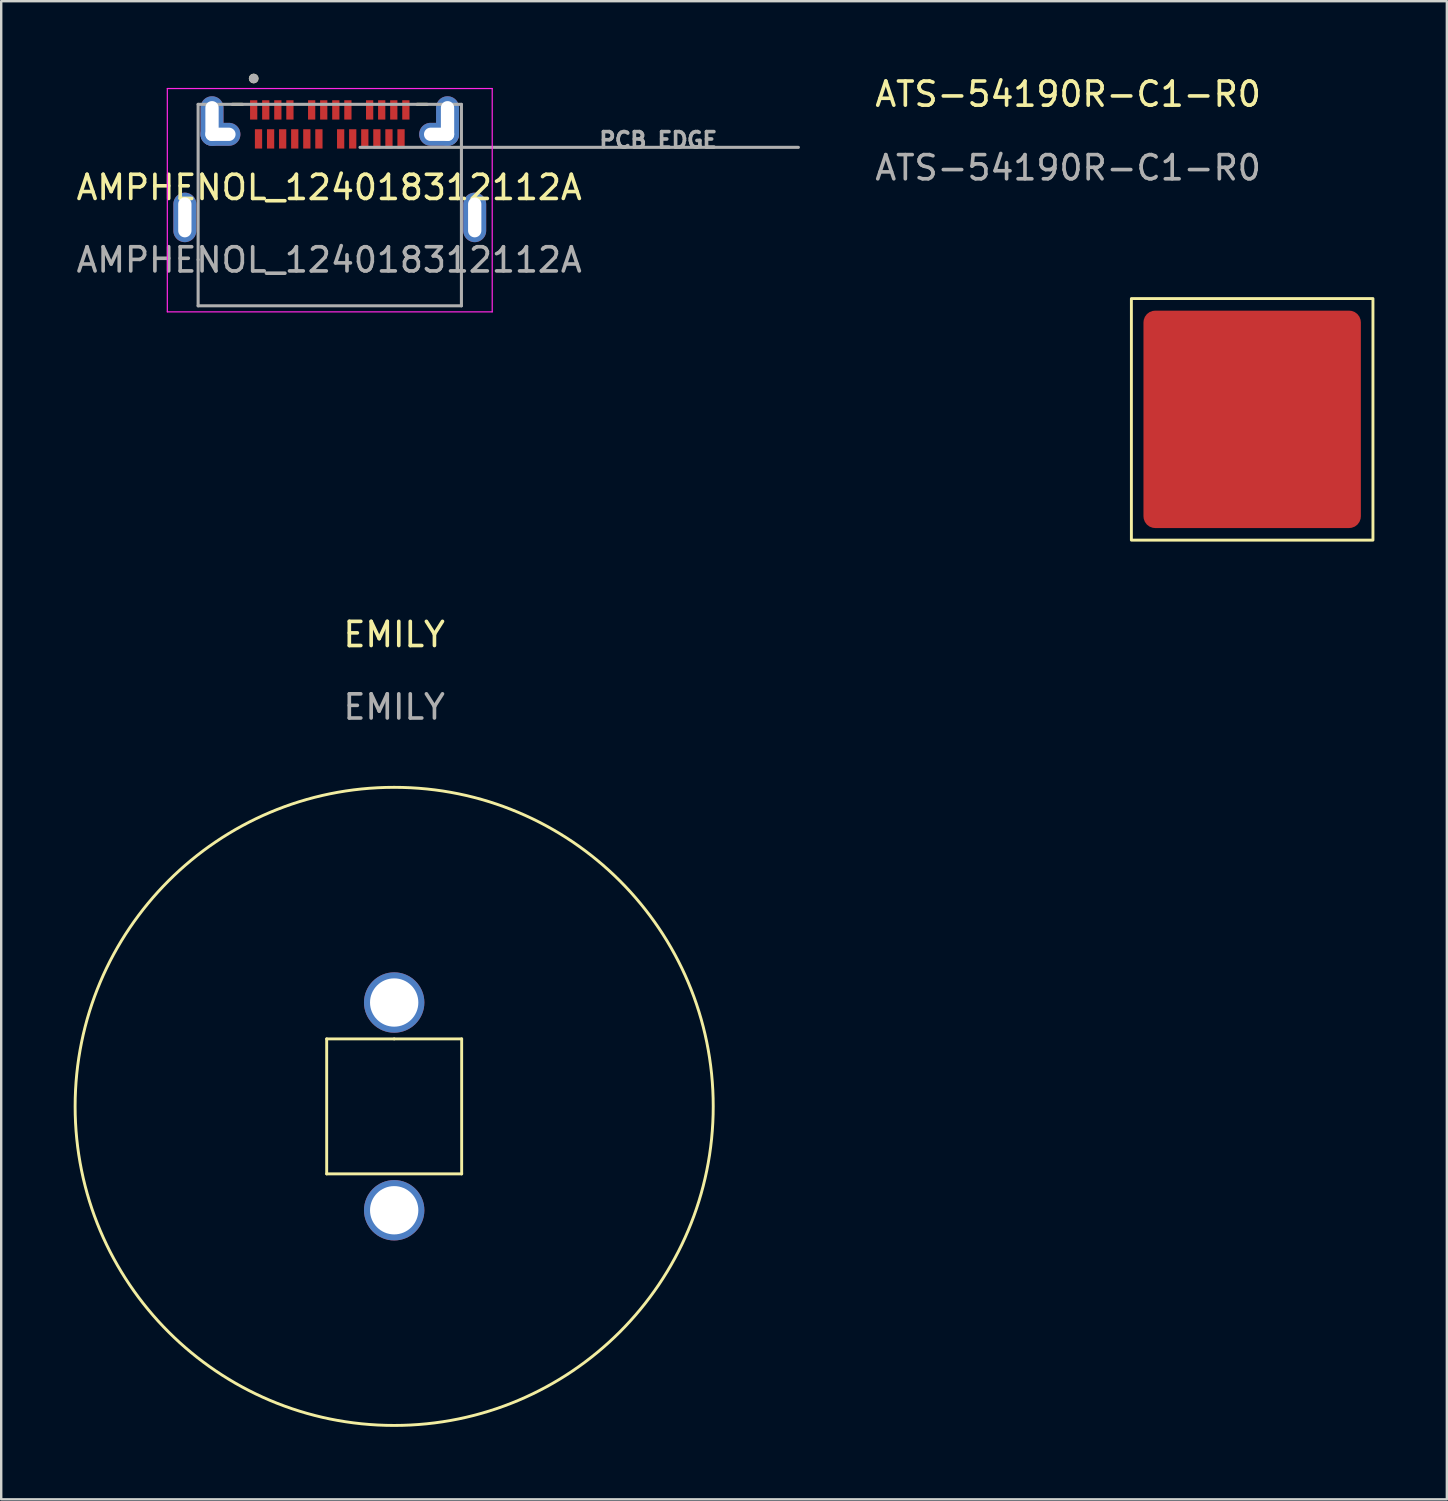
<source format=kicad_pcb>
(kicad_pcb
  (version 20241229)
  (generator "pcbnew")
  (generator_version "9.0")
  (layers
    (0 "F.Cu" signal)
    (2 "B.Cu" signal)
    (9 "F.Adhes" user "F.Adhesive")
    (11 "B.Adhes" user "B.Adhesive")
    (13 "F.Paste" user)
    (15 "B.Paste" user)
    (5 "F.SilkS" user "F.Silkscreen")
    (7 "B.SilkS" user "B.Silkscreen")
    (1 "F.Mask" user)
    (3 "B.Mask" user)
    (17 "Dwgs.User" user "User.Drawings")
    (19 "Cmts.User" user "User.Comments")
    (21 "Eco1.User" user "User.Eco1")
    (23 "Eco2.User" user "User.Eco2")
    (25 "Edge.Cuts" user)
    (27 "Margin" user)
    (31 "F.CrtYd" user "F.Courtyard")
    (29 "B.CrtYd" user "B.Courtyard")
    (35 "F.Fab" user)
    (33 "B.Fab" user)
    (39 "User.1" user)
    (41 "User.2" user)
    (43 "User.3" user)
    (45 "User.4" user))
  (footprint "AMPHENOL_124018312112A"
    (layer "F.Cu")
    (at 10.577 5.21)
    (property "Reference" "AMPHENOL_124018312112A" (at 0 -0.5 0) (unlocked yes) (layer "F.SilkS") (effects (font (size 1 1) (thickness 0.15))))
    (attr smd)
    (fp_line (start -4.011 -3.94) (end -3.588 -3.94) (stroke (width 0.127) (type solid)) (layer "F.SilkS"))
    (fp_line (start 3.639 -3.94) (end 4.061 -3.94) (stroke (width 0.127) (type solid)) (layer "F.SilkS"))
    (fp_circle (center -3.125 -5.01) (end -3.025 -5.01) (stroke (width 0.2) (type solid)) (fill no) (layer "F.SilkS"))
    (fp_line (start -6.7 -4.595) (end 6.75 -4.595) (stroke (width 0.05) (type solid)) (layer "F.CrtYd"))
    (fp_line (start -6.7 4.65) (end -6.7 -4.595) (stroke (width 0.05) (type solid)) (layer "F.CrtYd"))
    (fp_line (start 6.75 -4.595) (end 6.75 4.65) (stroke (width 0.05) (type solid)) (layer "F.CrtYd"))
    (fp_line (start 6.75 4.65) (end -6.7 4.65) (stroke (width 0.05) (type solid)) (layer "F.CrtYd"))
    (fp_line (start -5.425 -3.94) (end 5.475 -3.94) (stroke (width 0.127) (type solid)) (layer "F.Fab"))
    (fp_line (start -5.425 2.49) (end -5.425 -3.94) (stroke (width 0.127) (type solid)) (layer "F.Fab"))
    (fp_line (start -5.425 4.4) (end -5.425 2.49) (stroke (width 0.127) (type solid)) (layer "F.Fab"))
    (fp_line (start 1.275 -2.16) (end 19.425 -2.16) (stroke (width 0.127) (type solid)) (layer "F.Fab"))
    (fp_line (start 5.475 -3.94) (end 5.475 4.4) (stroke (width 0.127) (type solid)) (layer "F.Fab"))
    (fp_line (start 5.475 4.4) (end -5.425 4.4) (stroke (width 0.127) (type solid)) (layer "F.Fab"))
    (fp_circle (center -3.125 -5.01) (end -3.025 -5.01) (stroke (width 0.2) (type solid)) (fill no) (layer "F.Fab"))
    (fp_text user "PCB EDGE" (at 13.625 -2.46 0) (layer "F.Fab") (effects (font (size 0.64 0.64) (thickness 0.15))))
    (fp_text user "${REFERENCE}" (at 0 2.5 0) (unlocked yes) (layer "F.Fab") (effects (font (size 1 1) (thickness 0.15))))
    (pad "A1" smd rect (at -3.125 -3.71) (size 0.3 0.8) (layers "F.Cu" "F.Mask" "F.Paste"))
    (pad "A2" smd rect (at -2.625 -3.71) (size 0.3 0.8) (layers "F.Cu" "F.Mask" "F.Paste"))
    (pad "A3" smd rect (at -2.125 -3.71) (size 0.3 0.8) (layers "F.Cu" "F.Mask" "F.Paste"))
    (pad "A4" smd rect (at -1.625 -3.71) (size 0.3 0.8) (layers "F.Cu" "F.Mask" "F.Paste"))
    (pad "A5" smd rect (at -0.725 -3.71) (size 0.3 0.8) (layers "F.Cu" "F.Mask" "F.Paste"))
    (pad "A6" smd rect (at -0.225 -3.71) (size 0.3 0.8) (layers "F.Cu" "F.Mask" "F.Paste"))
    (pad "A7" smd rect (at 0.275 -3.71) (size 0.3 0.8) (layers "F.Cu" "F.Mask" "F.Paste"))
    (pad "A8" smd rect (at 0.775 -3.71) (size 0.3 0.8) (layers "F.Cu" "F.Mask" "F.Paste"))
    (pad "A9" smd rect (at 1.675 -3.71) (size 0.3 0.8) (layers "F.Cu" "F.Mask" "F.Paste"))
    (pad "A10" smd rect (at 2.175 -3.71) (size 0.3 0.8) (layers "F.Cu" "F.Mask" "F.Paste"))
    (pad "A11" smd rect (at 2.675 -3.71) (size 0.3 0.8) (layers "F.Cu" "F.Mask" "F.Paste"))
    (pad "A12" smd rect (at 3.175 -3.71) (size 0.3 0.8) (layers "F.Cu" "F.Mask" "F.Paste"))
    (pad "B1" smd rect (at 2.975 -2.51) (size 0.3 0.8) (layers "F.Cu" "F.Mask" "F.Paste"))
    (pad "B2" smd rect (at 2.475 -2.51) (size 0.3 0.8) (layers "F.Cu" "F.Mask" "F.Paste"))
    (pad "B3" smd rect (at 1.975 -2.51) (size 0.3 0.8) (layers "F.Cu" "F.Mask" "F.Paste"))
    (pad "B4" smd rect (at 1.475 -2.51) (size 0.3 0.8) (layers "F.Cu" "F.Mask" "F.Paste"))
    (pad "B5" smd rect (at 0.975 -2.51) (size 0.3 0.8) (layers "F.Cu" "F.Mask" "F.Paste"))
    (pad "B6" smd rect (at 0.475 -2.51) (size 0.3 0.8) (layers "F.Cu" "F.Mask" "F.Paste"))
    (pad "B7" smd rect (at -0.425 -2.51) (size 0.3 0.8) (layers "F.Cu" "F.Mask" "F.Paste"))
    (pad "B8" smd rect (at -0.925 -2.51) (size 0.3 0.8) (layers "F.Cu" "F.Mask" "F.Paste"))
    (pad "B9" smd rect (at -1.425 -2.51) (size 0.3 0.8) (layers "F.Cu" "F.Mask" "F.Paste"))
    (pad "B10" smd rect (at -1.925 -2.51) (size 0.3 0.8) (layers "F.Cu" "F.Mask" "F.Paste"))
    (pad "B11" smd rect (at -2.425 -2.51) (size 0.3 0.8) (layers "F.Cu" "F.Mask" "F.Paste"))
    (pad "B12" smd rect (at -2.925 -2.51) (size 0.3 0.8) (layers "F.Cu" "F.Mask" "F.Paste"))
    (pad "SH1" thru_hole oval (at -5.975 0.74) (size 0.95 2.05) (drill oval 0.55 1.65) (layers "*.Cu" "*.Mask"))
    (pad "SH2" thru_hole oval (at 6.025 0.74) (size 0.95 2.05) (drill oval 0.55 1.65) (layers "*.Cu" "*.Mask"))
    (pad "SH3" thru_hole oval (at -4.85 -3.25) (size 0.95 2.05) (drill oval 0.55 1.65) (layers "*.Cu"))
    (pad "SH3" thru_hole oval (at -4.5 -2.7 90) (size 0.95 1.65) (drill oval 0.55 1.25) (layers "*.Cu"))
    (pad "SH4" thru_hole oval (at 4.55 -2.7 90) (size 0.95 1.65) (drill oval 0.55 1.25) (layers "*.Cu"))
    (pad "SH4" thru_hole oval (at 4.9 -3.25) (size 0.95 2.05) (drill oval 0.55 1.65) (layers "*.Cu")))
  (footprint "ATS-54190R-C1-R0"
    (layer "F.Cu")
    (at 48.787 14.31)
    (property "Reference" "ATS-54190R-C1-R0" (at -7.62 -13.462 0) (unlocked yes) (layer "F.SilkS") (effects (font (size 1 1) (thickness 0.15))))
    (attr smd)
    (fp_rect (start -5 -5) (end 5 5) (stroke (width 0.12) (type solid)) (fill no) (layer "F.SilkS"))
    (fp_text user "${REFERENCE}" (at -7.62 -10.414 0) (unlocked yes) (layer "F.Fab") (effects (font (size 1 1) (thickness 0.15))))
    (pad "1" smd roundrect (at 0 0) (size 9 9) (layers "F.Cu" "F.Mask" "F.Paste") (roundrect_rratio 0.054)))
  (footprint "EMILY"
    (layer "F.Cu")
    (at 13.268 42.752)
    (property "Reference" "EMILY" (at 0 -19.534 0) (unlocked yes) (layer "F.SilkS") (effects (font (size 1 1) (thickness 0.15))))
    (attr smd)
    (fp_line (start -2.794 -2.794) (end -2.794 2.794) (stroke (width 0.12) (type solid)) (layer "F.SilkS"))
    (fp_line (start -2.794 2.794) (end 2.794 2.794) (stroke (width 0.12) (type solid)) (layer "F.SilkS"))
    (fp_line (start 0 -2.794) (end -2.794 -2.794) (stroke (width 0.12) (type solid)) (layer "F.SilkS"))
    (fp_line (start 2.794 -2.794) (end 0 -2.794) (stroke (width 0.12) (type solid)) (layer "F.SilkS"))
    (fp_line (start 2.794 2.794) (end 2.794 -2.794) (stroke (width 0.12) (type solid)) (layer "F.SilkS"))
    (fp_circle (center 0 0) (end 0 -13.208) (stroke (width 0.12) (type solid)) (fill no) (layer "F.SilkS"))
    (fp_text user "${REFERENCE}" (at 0 -16.534 0) (unlocked yes) (layer "F.Fab") (effects (font (size 1 1) (thickness 0.15))))
    (pad "1" thru_hole circle (at 0 -4.3) (size 2.5 2.5) (drill 2) (layers "*.Cu" "*.Mask"))
    (pad "1" thru_hole circle (at 0 4.3) (size 2.5 2.5) (drill 2) (layers "*.Cu" "*.Mask"))
    (pad "1" smd roundrect (at 2.54 2.794) (size 0.001 0.001) (layers "F.Cu" "F.Mask" "F.Paste") (roundrect_rratio 0.054))
    (pad "2" smd roundrect (at 1.778 -0.762) (size 0.001 0.001) (layers "F.Cu" "F.Mask" "F.Paste") (roundrect_rratio 0.054))
    (pad "3" smd roundrect (at 3.81 -6.604) (size 0.001 0.001) (layers "F.Cu" "F.Mask" "F.Paste") (roundrect_rratio 0.054))
    (pad "4" smd roundrect (at 3.81 -6.604) (size 0.001 0.001) (layers "F.Cu" "F.Mask" "F.Paste") (roundrect_rratio 0.054))
    (pad "5" smd roundrect (at -2.032 -1.778) (size 0.001 0.001) (layers "F.Cu" "F.Mask" "F.Paste") (roundrect_rratio 0.054))
    (pad "6" smd roundrect (at -2.032 -1.778) (size 0.001 0.001) (layers "F.Cu" "F.Mask" "F.Paste") (roundrect_rratio 0.054)))
  (gr_rect
    (start -3 -3)
    (end 56.847 59.02)
    (stroke (width 0.1) (type default))
    (fill no)
    (layer "Edge.Cuts")))
</source>
